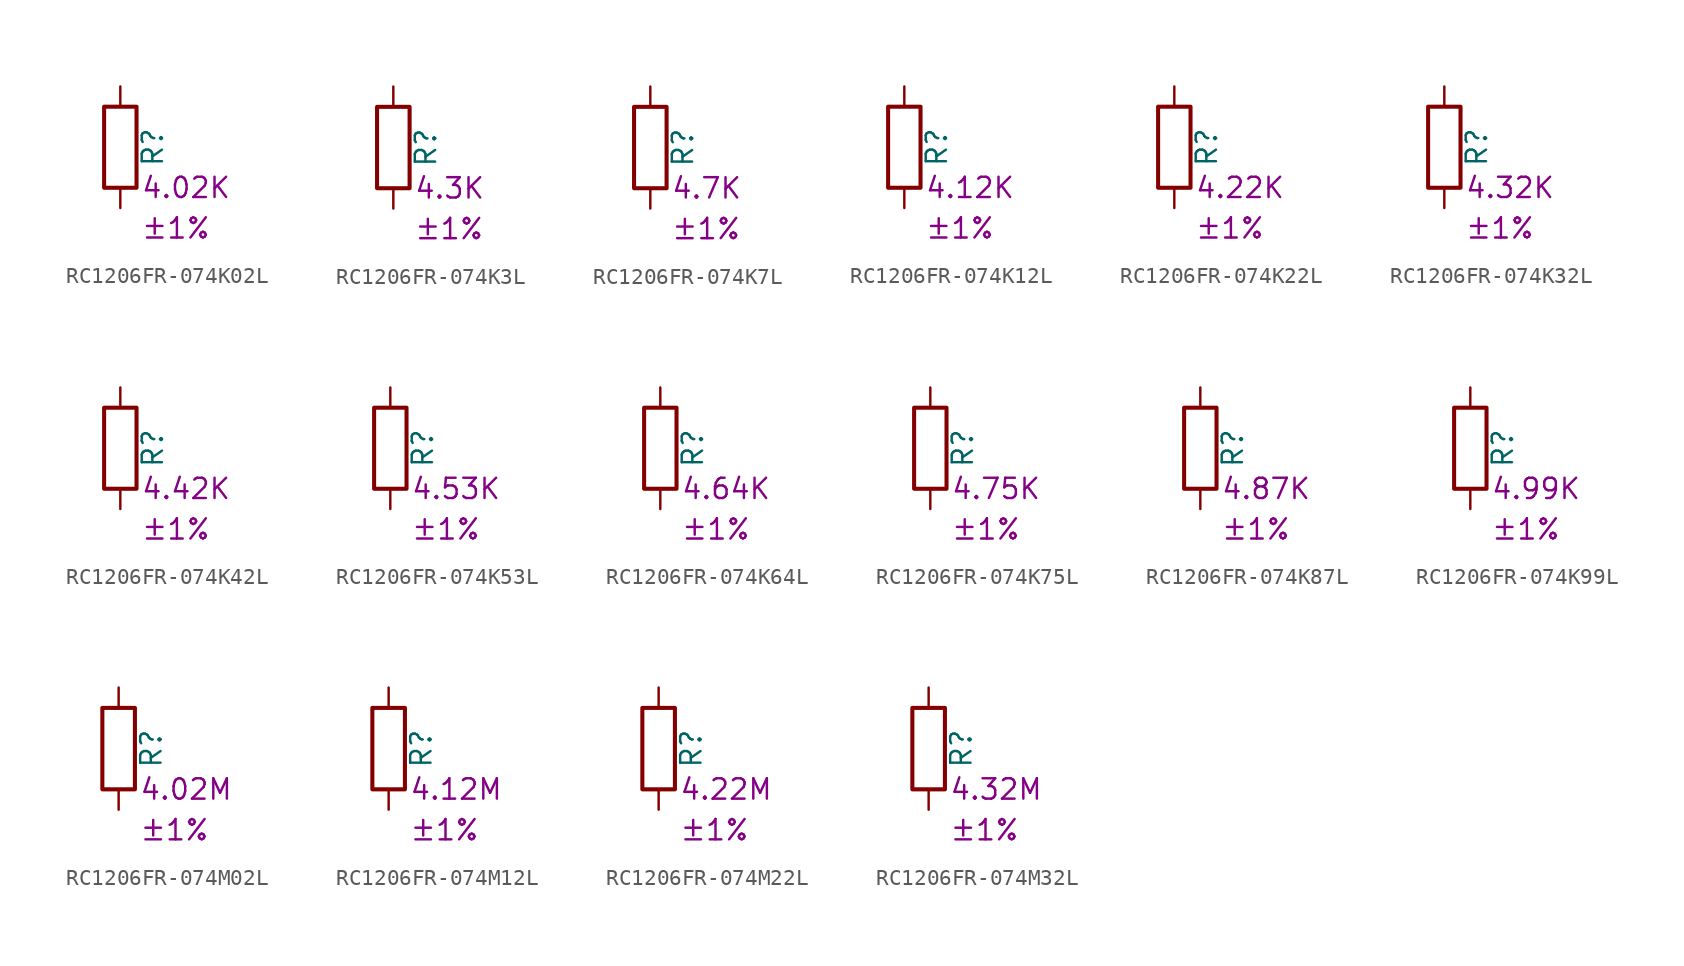
<source format=kicad_sym>
(kicad_symbol_lib
  (version 20220914)
  (generator kicad_symbol_editor)
  (symbol "RC1206FR-074K02L"
    (pin_numbers hide)
    (pin_names
      (offset 0))
    (property "Reference" "R"
      (at 2.032 0 90)
      (effects (font (size 1.27 1.27))))
    (property "Resistance" "4.02K"
      (at 1.27 -2.54 0)
      (effects (font (size 1.27 1.27)) (justify left)))
    (property "Tolerance" "±1%"
      (at 1.27 -5.08 0)
      (effects (font (size 1.27 1.27)) (justify left)))
    (symbol "RC1206FR-074K02L_0_1"
      (rectangle (start -1.016 -2.54) (end 1.016 2.54) (stroke (width 0.254) (type default)) (fill (type none))))
    (symbol "RC1206FR-074K02L_1_1"
      (pin passive line (at 0 3.81 270) (length 1.27) (name "~" (effects (font (size 1.27 1.27)))) (number "1" (effects (font (size 1.27 1.27)))))
      (pin passive line (at 0 -3.81 90) (length 1.27) (name "~" (effects (font (size 1.27 1.27)))) (number "2" (effects (font (size 1.27 1.27)))))))
  (symbol "RC1206FR-074K3L"
    (pin_numbers hide)
    (pin_names
      (offset 0))
    (property "Reference" "R"
      (at 2.032 0 90)
      (effects (font (size 1.27 1.27))))
    (property "Resistance" "4.3K"
      (at 1.27 -2.54 0)
      (effects (font (size 1.27 1.27)) (justify left)))
    (property "Tolerance" "±1%"
      (at 1.27 -5.08 0)
      (effects (font (size 1.27 1.27)) (justify left)))
    (symbol "RC1206FR-074K3L_0_1"
      (rectangle (start -1.016 -2.54) (end 1.016 2.54) (stroke (width 0.254) (type default)) (fill (type none))))
    (symbol "RC1206FR-074K3L_1_1"
      (pin passive line (at 0 3.81 270) (length 1.27) (name "~" (effects (font (size 1.27 1.27)))) (number "1" (effects (font (size 1.27 1.27)))))
      (pin passive line (at 0 -3.81 90) (length 1.27) (name "~" (effects (font (size 1.27 1.27)))) (number "2" (effects (font (size 1.27 1.27)))))))
  (symbol "RC1206FR-074K7L"
    (pin_numbers hide)
    (pin_names
      (offset 0))
    (property "Reference" "R"
      (at 2.032 0 90)
      (effects (font (size 1.27 1.27))))
    (property "Resistance" "4.7K"
      (at 1.27 -2.54 0)
      (effects (font (size 1.27 1.27)) (justify left)))
    (property "Tolerance" "±1%"
      (at 1.27 -5.08 0)
      (effects (font (size 1.27 1.27)) (justify left)))
    (symbol "RC1206FR-074K7L_0_1"
      (rectangle (start -1.016 -2.54) (end 1.016 2.54) (stroke (width 0.254) (type default)) (fill (type none))))
    (symbol "RC1206FR-074K7L_1_1"
      (pin passive line (at 0 3.81 270) (length 1.27) (name "~" (effects (font (size 1.27 1.27)))) (number "1" (effects (font (size 1.27 1.27)))))
      (pin passive line (at 0 -3.81 90) (length 1.27) (name "~" (effects (font (size 1.27 1.27)))) (number "2" (effects (font (size 1.27 1.27)))))))
  (symbol "RC1206FR-074K12L"
    (pin_numbers hide)
    (pin_names
      (offset 0))
    (property "Reference" "R"
      (at 2.032 0 90)
      (effects (font (size 1.27 1.27))))
    (property "Resistance" "4.12K"
      (at 1.27 -2.54 0)
      (effects (font (size 1.27 1.27)) (justify left)))
    (property "Tolerance" "±1%"
      (at 1.27 -5.08 0)
      (effects (font (size 1.27 1.27)) (justify left)))
    (symbol "RC1206FR-074K12L_0_1"
      (rectangle (start -1.016 -2.54) (end 1.016 2.54) (stroke (width 0.254) (type default)) (fill (type none))))
    (symbol "RC1206FR-074K12L_1_1"
      (pin passive line (at 0 3.81 270) (length 1.27) (name "~" (effects (font (size 1.27 1.27)))) (number "1" (effects (font (size 1.27 1.27)))))
      (pin passive line (at 0 -3.81 90) (length 1.27) (name "~" (effects (font (size 1.27 1.27)))) (number "2" (effects (font (size 1.27 1.27)))))))
  (symbol "RC1206FR-074K22L"
    (pin_numbers hide)
    (pin_names
      (offset 0))
    (property "Reference" "R"
      (at 2.032 0 90)
      (effects (font (size 1.27 1.27))))
    (property "Resistance" "4.22K"
      (at 1.27 -2.54 0)
      (effects (font (size 1.27 1.27)) (justify left)))
    (property "Tolerance" "±1%"
      (at 1.27 -5.08 0)
      (effects (font (size 1.27 1.27)) (justify left)))
    (symbol "RC1206FR-074K22L_0_1"
      (rectangle (start -1.016 -2.54) (end 1.016 2.54) (stroke (width 0.254) (type default)) (fill (type none))))
    (symbol "RC1206FR-074K22L_1_1"
      (pin passive line (at 0 3.81 270) (length 1.27) (name "~" (effects (font (size 1.27 1.27)))) (number "1" (effects (font (size 1.27 1.27)))))
      (pin passive line (at 0 -3.81 90) (length 1.27) (name "~" (effects (font (size 1.27 1.27)))) (number "2" (effects (font (size 1.27 1.27)))))))
  (symbol "RC1206FR-074K32L"
    (pin_numbers hide)
    (pin_names
      (offset 0))
    (property "Reference" "R"
      (at 2.032 0 90)
      (effects (font (size 1.27 1.27))))
    (property "Resistance" "4.32K"
      (at 1.27 -2.54 0)
      (effects (font (size 1.27 1.27)) (justify left)))
    (property "Tolerance" "±1%"
      (at 1.27 -5.08 0)
      (effects (font (size 1.27 1.27)) (justify left)))
    (symbol "RC1206FR-074K32L_0_1"
      (rectangle (start -1.016 -2.54) (end 1.016 2.54) (stroke (width 0.254) (type default)) (fill (type none))))
    (symbol "RC1206FR-074K32L_1_1"
      (pin passive line (at 0 3.81 270) (length 1.27) (name "~" (effects (font (size 1.27 1.27)))) (number "1" (effects (font (size 1.27 1.27)))))
      (pin passive line (at 0 -3.81 90) (length 1.27) (name "~" (effects (font (size 1.27 1.27)))) (number "2" (effects (font (size 1.27 1.27)))))))
  (symbol "RC1206FR-074K42L"
    (pin_numbers hide)
    (pin_names
      (offset 0))
    (property "Reference" "R"
      (at 2.032 0 90)
      (effects (font (size 1.27 1.27))))
    (property "Resistance" "4.42K"
      (at 1.27 -2.54 0)
      (effects (font (size 1.27 1.27)) (justify left)))
    (property "Tolerance" "±1%"
      (at 1.27 -5.08 0)
      (effects (font (size 1.27 1.27)) (justify left)))
    (symbol "RC1206FR-074K42L_0_1"
      (rectangle (start -1.016 -2.54) (end 1.016 2.54) (stroke (width 0.254) (type default)) (fill (type none))))
    (symbol "RC1206FR-074K42L_1_1"
      (pin passive line (at 0 3.81 270) (length 1.27) (name "~" (effects (font (size 1.27 1.27)))) (number "1" (effects (font (size 1.27 1.27)))))
      (pin passive line (at 0 -3.81 90) (length 1.27) (name "~" (effects (font (size 1.27 1.27)))) (number "2" (effects (font (size 1.27 1.27)))))))
  (symbol "RC1206FR-074K53L"
    (pin_numbers hide)
    (pin_names
      (offset 0))
    (property "Reference" "R"
      (at 2.032 0 90)
      (effects (font (size 1.27 1.27))))
    (property "Resistance" "4.53K"
      (at 1.27 -2.54 0)
      (effects (font (size 1.27 1.27)) (justify left)))
    (property "Tolerance" "±1%"
      (at 1.27 -5.08 0)
      (effects (font (size 1.27 1.27)) (justify left)))
    (symbol "RC1206FR-074K53L_0_1"
      (rectangle (start -1.016 -2.54) (end 1.016 2.54) (stroke (width 0.254) (type default)) (fill (type none))))
    (symbol "RC1206FR-074K53L_1_1"
      (pin passive line (at 0 3.81 270) (length 1.27) (name "~" (effects (font (size 1.27 1.27)))) (number "1" (effects (font (size 1.27 1.27)))))
      (pin passive line (at 0 -3.81 90) (length 1.27) (name "~" (effects (font (size 1.27 1.27)))) (number "2" (effects (font (size 1.27 1.27)))))))
  (symbol "RC1206FR-074K64L"
    (pin_numbers hide)
    (pin_names
      (offset 0))
    (property "Reference" "R"
      (at 2.032 0 90)
      (effects (font (size 1.27 1.27))))
    (property "Resistance" "4.64K"
      (at 1.27 -2.54 0)
      (effects (font (size 1.27 1.27)) (justify left)))
    (property "Tolerance" "±1%"
      (at 1.27 -5.08 0)
      (effects (font (size 1.27 1.27)) (justify left)))
    (symbol "RC1206FR-074K64L_0_1"
      (rectangle (start -1.016 -2.54) (end 1.016 2.54) (stroke (width 0.254) (type default)) (fill (type none))))
    (symbol "RC1206FR-074K64L_1_1"
      (pin passive line (at 0 3.81 270) (length 1.27) (name "~" (effects (font (size 1.27 1.27)))) (number "1" (effects (font (size 1.27 1.27)))))
      (pin passive line (at 0 -3.81 90) (length 1.27) (name "~" (effects (font (size 1.27 1.27)))) (number "2" (effects (font (size 1.27 1.27)))))))
  (symbol "RC1206FR-074K75L"
    (pin_numbers hide)
    (pin_names
      (offset 0))
    (property "Reference" "R"
      (at 2.032 0 90)
      (effects (font (size 1.27 1.27))))
    (property "Resistance" "4.75K"
      (at 1.27 -2.54 0)
      (effects (font (size 1.27 1.27)) (justify left)))
    (property "Tolerance" "±1%"
      (at 1.27 -5.08 0)
      (effects (font (size 1.27 1.27)) (justify left)))
    (symbol "RC1206FR-074K75L_0_1"
      (rectangle (start -1.016 -2.54) (end 1.016 2.54) (stroke (width 0.254) (type default)) (fill (type none))))
    (symbol "RC1206FR-074K75L_1_1"
      (pin passive line (at 0 3.81 270) (length 1.27) (name "~" (effects (font (size 1.27 1.27)))) (number "1" (effects (font (size 1.27 1.27)))))
      (pin passive line (at 0 -3.81 90) (length 1.27) (name "~" (effects (font (size 1.27 1.27)))) (number "2" (effects (font (size 1.27 1.27)))))))
  (symbol "RC1206FR-074K87L"
    (pin_numbers hide)
    (pin_names
      (offset 0))
    (property "Reference" "R"
      (at 2.032 0 90)
      (effects (font (size 1.27 1.27))))
    (property "Resistance" "4.87K"
      (at 1.27 -2.54 0)
      (effects (font (size 1.27 1.27)) (justify left)))
    (property "Tolerance" "±1%"
      (at 1.27 -5.08 0)
      (effects (font (size 1.27 1.27)) (justify left)))
    (symbol "RC1206FR-074K87L_0_1"
      (rectangle (start -1.016 -2.54) (end 1.016 2.54) (stroke (width 0.254) (type default)) (fill (type none))))
    (symbol "RC1206FR-074K87L_1_1"
      (pin passive line (at 0 3.81 270) (length 1.27) (name "~" (effects (font (size 1.27 1.27)))) (number "1" (effects (font (size 1.27 1.27)))))
      (pin passive line (at 0 -3.81 90) (length 1.27) (name "~" (effects (font (size 1.27 1.27)))) (number "2" (effects (font (size 1.27 1.27)))))))
  (symbol "RC1206FR-074K99L"
    (pin_numbers hide)
    (pin_names
      (offset 0))
    (property "Reference" "R"
      (at 2.032 0 90)
      (effects (font (size 1.27 1.27))))
    (property "Resistance" "4.99K"
      (at 1.27 -2.54 0)
      (effects (font (size 1.27 1.27)) (justify left)))
    (property "Tolerance" "±1%"
      (at 1.27 -5.08 0)
      (effects (font (size 1.27 1.27)) (justify left)))
    (symbol "RC1206FR-074K99L_0_1"
      (rectangle (start -1.016 -2.54) (end 1.016 2.54) (stroke (width 0.254) (type default)) (fill (type none))))
    (symbol "RC1206FR-074K99L_1_1"
      (pin passive line (at 0 3.81 270) (length 1.27) (name "~" (effects (font (size 1.27 1.27)))) (number "1" (effects (font (size 1.27 1.27)))))
      (pin passive line (at 0 -3.81 90) (length 1.27) (name "~" (effects (font (size 1.27 1.27)))) (number "2" (effects (font (size 1.27 1.27)))))))
  (symbol "RC1206FR-074M02L"
    (pin_numbers hide)
    (pin_names
      (offset 0))
    (property "Reference" "R"
      (at 2.032 0 90)
      (effects (font (size 1.27 1.27))))
    (property "Resistance" "4.02M"
      (at 1.27 -2.54 0)
      (effects (font (size 1.27 1.27)) (justify left)))
    (property "Tolerance" "±1%"
      (at 1.27 -5.08 0)
      (effects (font (size 1.27 1.27)) (justify left)))
    (symbol "RC1206FR-074M02L_0_1"
      (rectangle (start -1.016 -2.54) (end 1.016 2.54) (stroke (width 0.254) (type default)) (fill (type none))))
    (symbol "RC1206FR-074M02L_1_1"
      (pin passive line (at 0 3.81 270) (length 1.27) (name "~" (effects (font (size 1.27 1.27)))) (number "1" (effects (font (size 1.27 1.27)))))
      (pin passive line (at 0 -3.81 90) (length 1.27) (name "~" (effects (font (size 1.27 1.27)))) (number "2" (effects (font (size 1.27 1.27)))))))
  (symbol "RC1206FR-074M12L"
    (pin_numbers hide)
    (pin_names
      (offset 0))
    (property "Reference" "R"
      (at 2.032 0 90)
      (effects (font (size 1.27 1.27))))
    (property "Resistance" "4.12M"
      (at 1.27 -2.54 0)
      (effects (font (size 1.27 1.27)) (justify left)))
    (property "Tolerance" "±1%"
      (at 1.27 -5.08 0)
      (effects (font (size 1.27 1.27)) (justify left)))
    (symbol "RC1206FR-074M12L_0_1"
      (rectangle (start -1.016 -2.54) (end 1.016 2.54) (stroke (width 0.254) (type default)) (fill (type none))))
    (symbol "RC1206FR-074M12L_1_1"
      (pin passive line (at 0 3.81 270) (length 1.27) (name "~" (effects (font (size 1.27 1.27)))) (number "1" (effects (font (size 1.27 1.27)))))
      (pin passive line (at 0 -3.81 90) (length 1.27) (name "~" (effects (font (size 1.27 1.27)))) (number "2" (effects (font (size 1.27 1.27)))))))
  (symbol "RC1206FR-074M22L"
    (pin_numbers hide)
    (pin_names
      (offset 0))
    (property "Reference" "R"
      (at 2.032 0 90)
      (effects (font (size 1.27 1.27))))
    (property "Resistance" "4.22M"
      (at 1.27 -2.54 0)
      (effects (font (size 1.27 1.27)) (justify left)))
    (property "Tolerance" "±1%"
      (at 1.27 -5.08 0)
      (effects (font (size 1.27 1.27)) (justify left)))
    (symbol "RC1206FR-074M22L_0_1"
      (rectangle (start -1.016 -2.54) (end 1.016 2.54) (stroke (width 0.254) (type default)) (fill (type none))))
    (symbol "RC1206FR-074M22L_1_1"
      (pin passive line (at 0 3.81 270) (length 1.27) (name "~" (effects (font (size 1.27 1.27)))) (number "1" (effects (font (size 1.27 1.27)))))
      (pin passive line (at 0 -3.81 90) (length 1.27) (name "~" (effects (font (size 1.27 1.27)))) (number "2" (effects (font (size 1.27 1.27)))))))
  (symbol "RC1206FR-074M32L"
    (pin_numbers hide)
    (pin_names
      (offset 0))
    (property "Reference" "R"
      (at 2.032 0 90)
      (effects (font (size 1.27 1.27))))
    (property "Resistance" "4.32M"
      (at 1.27 -2.54 0)
      (effects (font (size 1.27 1.27)) (justify left)))
    (property "Tolerance" "±1%"
      (at 1.27 -5.08 0)
      (effects (font (size 1.27 1.27)) (justify left)))
    (symbol "RC1206FR-074M32L_0_1"
      (rectangle (start -1.016 -2.54) (end 1.016 2.54) (stroke (width 0.254) (type default)) (fill (type none))))
    (symbol "RC1206FR-074M32L_1_1"
      (pin passive line (at 0 3.81 270) (length 1.27) (name "~" (effects (font (size 1.27 1.27)))) (number "1" (effects (font (size 1.27 1.27)))))
      (pin passive line (at 0 -3.81 90) (length 1.27) (name "~" (effects (font (size 1.27 1.27)))) (number "2" (effects (font (size 1.27 1.27))))))))
</source>
